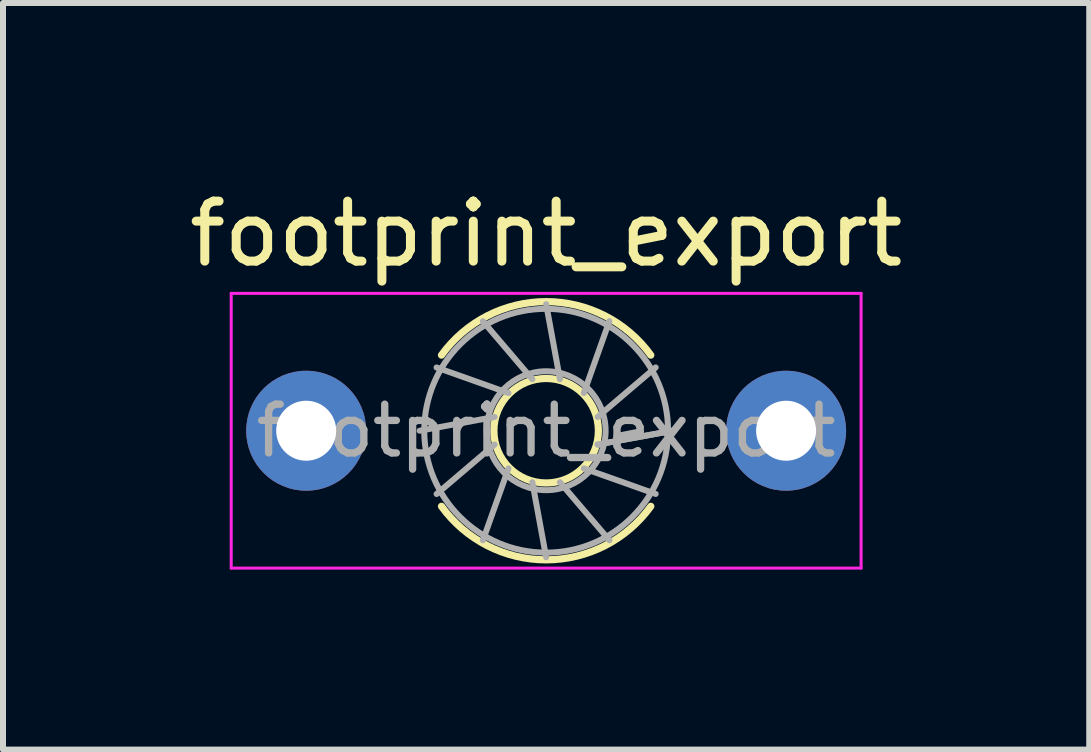
<source format=kicad_pcb>
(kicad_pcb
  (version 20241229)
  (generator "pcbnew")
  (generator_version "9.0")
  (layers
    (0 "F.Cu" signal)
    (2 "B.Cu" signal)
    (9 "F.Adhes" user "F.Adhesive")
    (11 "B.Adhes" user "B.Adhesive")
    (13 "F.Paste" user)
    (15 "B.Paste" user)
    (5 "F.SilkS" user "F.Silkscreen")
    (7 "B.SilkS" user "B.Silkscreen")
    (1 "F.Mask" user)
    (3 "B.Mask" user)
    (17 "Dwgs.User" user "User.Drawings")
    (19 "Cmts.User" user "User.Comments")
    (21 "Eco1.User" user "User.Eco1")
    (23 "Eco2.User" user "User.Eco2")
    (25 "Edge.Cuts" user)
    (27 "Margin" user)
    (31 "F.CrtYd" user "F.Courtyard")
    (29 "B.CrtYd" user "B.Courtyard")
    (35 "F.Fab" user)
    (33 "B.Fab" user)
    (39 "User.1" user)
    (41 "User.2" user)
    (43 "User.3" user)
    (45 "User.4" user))
  (footprint "footprint_export"
    (layer "F.Cu")
    (at 2.054 4.13)
    (property "Reference" "footprint_export" (at 4 -3.282 0) (layer "F.SilkS") (effects (font (size 1 1) (thickness 0.15))))
    (attr through_hole)
    (fp_arc (start 2.255436 -1.26) (mid 4 -2.152) (end 5.744564 -1.26) (stroke (width 0.12) (type solid)) (layer "F.SilkS"))
    (fp_arc (start 5.744564 1.26) (mid 4 2.152) (end 2.255436 1.26) (stroke (width 0.12) (type solid)) (layer "F.SilkS"))
    (fp_circle (center 4 0) (end 4.871 0) (stroke (width 0.12) (type solid)) (fill no) (layer "F.SilkS"))
    (fp_line (start -1.25 -2.29) (end -1.25 2.29) (stroke (width 0.05) (type solid)) (layer "F.CrtYd"))
    (fp_line (start -1.25 2.29) (end 9.25 2.29) (stroke (width 0.05) (type solid)) (layer "F.CrtYd"))
    (fp_line (start 9.25 -2.29) (end -1.25 -2.29) (stroke (width 0.05) (type solid)) (layer "F.CrtYd"))
    (fp_line (start 9.25 2.29) (end 9.25 -2.29) (stroke (width 0.05) (type solid)) (layer "F.CrtYd"))
    (fp_line (start 1.891 0.000195) (end 3.142 -0.23) (stroke (width 0.1) (type solid)) (layer "F.Fab"))
    (fp_line (start 2.173 -1.054) (end 3.372 -0.628) (stroke (width 0.1) (type solid)) (layer "F.Fab"))
    (fp_line (start 2.174 1.055) (end 3.142 0.23) (stroke (width 0.1) (type solid)) (layer "F.Fab"))
    (fp_line (start 2.945 -1.826) (end 3.77 -0.858) (stroke (width 0.1) (type solid)) (layer "F.Fab"))
    (fp_line (start 2.946 1.826) (end 3.372 0.628) (stroke (width 0.1) (type solid)) (layer "F.Fab"))
    (fp_line (start 4 -2.109) (end 4.23 -0.858) (stroke (width 0.1) (type solid)) (layer "F.Fab"))
    (fp_line (start 4 2.109) (end 3.77 0.858) (stroke (width 0.1) (type solid)) (layer "F.Fab"))
    (fp_line (start 5.054 -1.827) (end 4.628 -0.628) (stroke (width 0.1) (type solid)) (layer "F.Fab"))
    (fp_line (start 5.055 1.826) (end 4.23 0.858) (stroke (width 0.1) (type solid)) (layer "F.Fab"))
    (fp_line (start 5.826 -1.055) (end 4.858 -0.23) (stroke (width 0.1) (type solid)) (layer "F.Fab"))
    (fp_line (start 5.826 1.054) (end 4.628 0.628) (stroke (width 0.1) (type solid)) (layer "F.Fab"))
    (fp_line (start 6.109 -0.000391) (end 4.858 0.23) (stroke (width 0.1) (type solid)) (layer "F.Fab"))
    (fp_line (start 6.109 0) (end 4.858 0.23) (stroke (width 0.1) (type solid)) (layer "F.Fab"))
    (fp_circle (center 4 0) (end 4.991 0) (stroke (width 0.1) (type solid)) (fill no) (layer "F.Fab"))
    (fp_circle (center 4 0) (end 6.032 0) (stroke (width 0.1) (type solid)) (fill no) (layer "F.Fab"))
    (fp_text user "${REFERENCE}" (at 4 0 0) (layer "F.Fab") (effects (font (size 0.813 0.813) (thickness 0.122))))
    (pad "1" thru_hole circle (at 0 0) (size 2 2) (drill 1) (layers "*.Cu" "*.Mask"))
    (pad "2" thru_hole circle (at 8 0) (size 2 2) (drill 1) (layers "*.Cu" "*.Mask")))
  (gr_rect
    (start -3 -3)
    (end 15.107 9.445)
    (stroke (width 0.1) (type default))
    (fill no)
    (layer "Edge.Cuts")))
</source>
